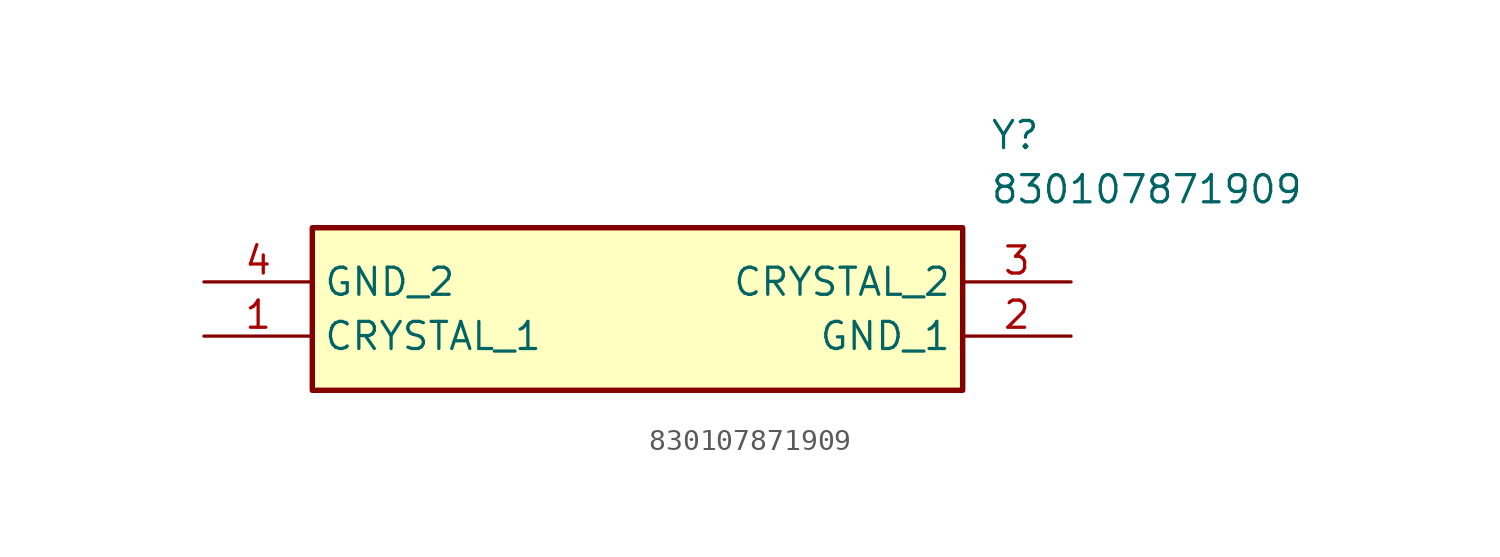
<source format=kicad_sym>
(kicad_symbol_lib
  (version 20211014)
  (generator SamacSys_ECAD_Model)
  (symbol "830107871909"
    (property "Reference" "Y"
      (at 36.83 7.62 0)
      (effects (font (size 1.27 1.27)) (justify left top)))
    (property "Value" "830107871909"
      (at 36.83 5.08 0)
      (effects (font (size 1.27 1.27)) (justify left top)))
    (rectangle
      (start 5.08 2.54)
      (end 35.56 -5.08)
      (stroke (width 0.254) (type default))
      (fill (type background)))
    (pin passive line
      (at 0 -2.54 0)
      (length 5.08)
      (name "CRYSTAL_1" (effects (font (size 1.27 1.27))))
      (number "1" (effects (font (size 1.27 1.27)))))
    (pin passive line
      (at 40.64 -2.54 180)
      (length 5.08)
      (name "GND_1" (effects (font (size 1.27 1.27))))
      (number "2" (effects (font (size 1.27 1.27)))))
    (pin passive line
      (at 40.64 0 180)
      (length 5.08)
      (name "CRYSTAL_2" (effects (font (size 1.27 1.27))))
      (number "3" (effects (font (size 1.27 1.27)))))
    (pin passive line
      (at 0 0 0)
      (length 5.08)
      (name "GND_2" (effects (font (size 1.27 1.27))))
      (number "4" (effects (font (size 1.27 1.27)))))))
</source>
